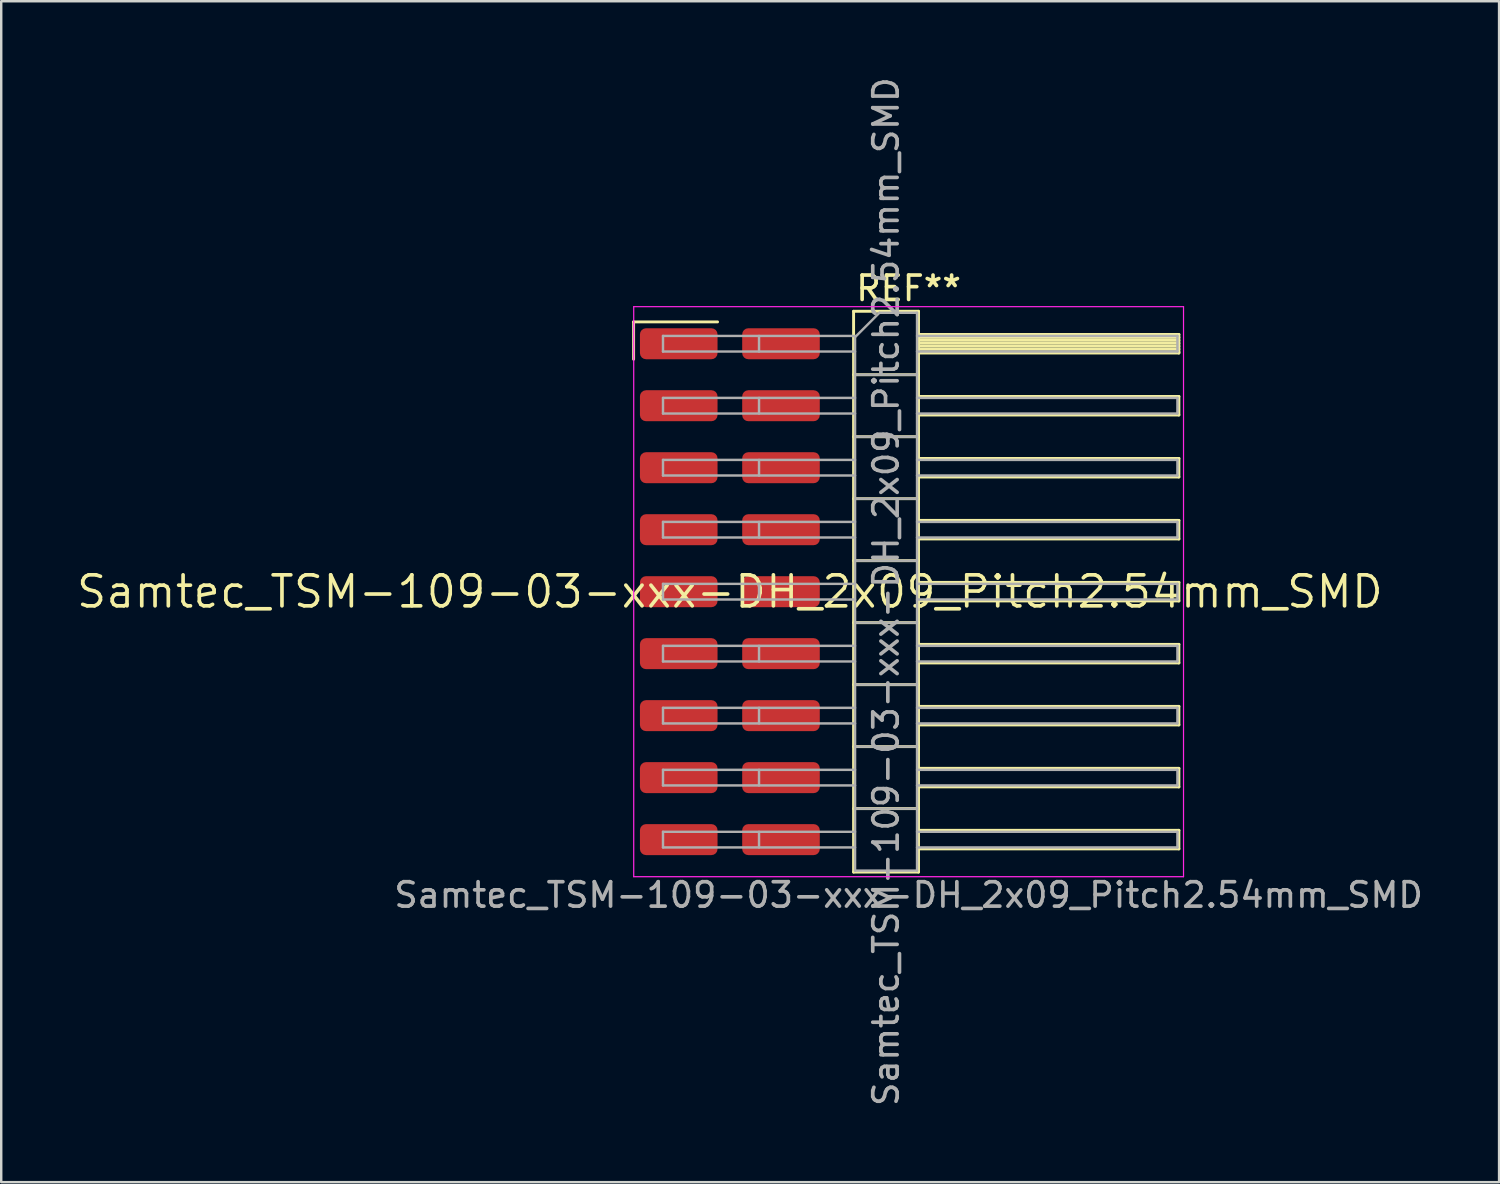
<source format=kicad_pcb>
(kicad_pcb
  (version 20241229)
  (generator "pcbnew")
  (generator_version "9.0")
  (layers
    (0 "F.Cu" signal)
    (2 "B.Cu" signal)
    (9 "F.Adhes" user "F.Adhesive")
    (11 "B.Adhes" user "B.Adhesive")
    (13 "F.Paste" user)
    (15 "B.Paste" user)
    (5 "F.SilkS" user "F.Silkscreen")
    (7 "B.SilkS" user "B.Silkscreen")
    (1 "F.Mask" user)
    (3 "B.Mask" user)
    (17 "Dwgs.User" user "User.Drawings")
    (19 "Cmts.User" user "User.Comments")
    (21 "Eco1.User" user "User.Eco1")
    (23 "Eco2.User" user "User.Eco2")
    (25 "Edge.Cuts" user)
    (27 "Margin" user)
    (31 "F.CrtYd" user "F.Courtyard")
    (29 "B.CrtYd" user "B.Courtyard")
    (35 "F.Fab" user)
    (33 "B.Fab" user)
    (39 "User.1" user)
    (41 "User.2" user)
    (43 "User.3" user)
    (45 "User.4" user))
  (footprint "Samtec_TSM-109-03-xxx-DH_2x09_Pitch2.54mm_SMD"
    (layer "F.Cu")
    (at 26.859 21.196)
    (property "Reference" "Samtec_TSM-109-03-xxx-DH_2x09_Pitch2.54mm_SMD" (at 0 0 0) (layer "F.SilkS") (effects (font (size 1.27 1.27) (thickness 0.15))))
    (attr smd)
    (fp_line (start -3.945 -11.055) (end -0.505 -11.055) (stroke (width 0.12) (type solid)) (layer "F.SilkS"))
    (fp_line (start -3.945 -9.525) (end -3.945 -11.055) (stroke (width 0.12) (type solid)) (layer "F.SilkS"))
    (fp_line (start 5.07 -11.49) (end 7.73 -11.49) (stroke (width 0.12) (type solid)) (layer "F.SilkS"))
    (fp_line (start 5.07 -8.89) (end 7.73 -8.89) (stroke (width 0.12) (type solid)) (layer "F.SilkS"))
    (fp_line (start 5.07 -6.35) (end 7.73 -6.35) (stroke (width 0.12) (type solid)) (layer "F.SilkS"))
    (fp_line (start 5.07 -3.81) (end 7.73 -3.81) (stroke (width 0.12) (type solid)) (layer "F.SilkS"))
    (fp_line (start 5.07 -1.27) (end 7.73 -1.27) (stroke (width 0.12) (type solid)) (layer "F.SilkS"))
    (fp_line (start 5.07 1.27) (end 7.73 1.27) (stroke (width 0.12) (type solid)) (layer "F.SilkS"))
    (fp_line (start 5.07 3.81) (end 7.73 3.81) (stroke (width 0.12) (type solid)) (layer "F.SilkS"))
    (fp_line (start 5.07 6.35) (end 7.73 6.35) (stroke (width 0.12) (type solid)) (layer "F.SilkS"))
    (fp_line (start 5.07 8.89) (end 7.73 8.89) (stroke (width 0.12) (type solid)) (layer "F.SilkS"))
    (fp_line (start 5.07 11.49) (end 5.07 -11.49) (stroke (width 0.12) (type solid)) (layer "F.SilkS"))
    (fp_line (start 7.73 -11.49) (end 7.73 11.49) (stroke (width 0.12) (type solid)) (layer "F.SilkS"))
    (fp_line (start 7.73 -10.54) (end 18.4 -10.54) (stroke (width 0.12) (type solid)) (layer "F.SilkS"))
    (fp_line (start 7.73 -10.42) (end 18.4 -10.42) (stroke (width 0.12) (type solid)) (layer "F.SilkS"))
    (fp_line (start 7.73 -10.3) (end 18.4 -10.3) (stroke (width 0.12) (type solid)) (layer "F.SilkS"))
    (fp_line (start 7.73 -10.18) (end 18.4 -10.18) (stroke (width 0.12) (type solid)) (layer "F.SilkS"))
    (fp_line (start 7.73 -10.06) (end 18.4 -10.06) (stroke (width 0.12) (type solid)) (layer "F.SilkS"))
    (fp_line (start 7.73 -9.94) (end 18.4 -9.94) (stroke (width 0.12) (type solid)) (layer "F.SilkS"))
    (fp_line (start 7.73 -9.82) (end 18.4 -9.82) (stroke (width 0.12) (type solid)) (layer "F.SilkS"))
    (fp_line (start 7.73 -9.78) (end 18.4 -9.78) (stroke (width 0.12) (type solid)) (layer "F.SilkS"))
    (fp_line (start 7.73 -8) (end 18.4 -8) (stroke (width 0.12) (type solid)) (layer "F.SilkS"))
    (fp_line (start 7.73 -7.24) (end 18.4 -7.24) (stroke (width 0.12) (type solid)) (layer "F.SilkS"))
    (fp_line (start 7.73 -5.46) (end 18.4 -5.46) (stroke (width 0.12) (type solid)) (layer "F.SilkS"))
    (fp_line (start 7.73 -4.7) (end 18.4 -4.7) (stroke (width 0.12) (type solid)) (layer "F.SilkS"))
    (fp_line (start 7.73 -2.92) (end 18.4 -2.92) (stroke (width 0.12) (type solid)) (layer "F.SilkS"))
    (fp_line (start 7.73 -2.16) (end 18.4 -2.16) (stroke (width 0.12) (type solid)) (layer "F.SilkS"))
    (fp_line (start 7.73 -0.38) (end 18.4 -0.38) (stroke (width 0.12) (type solid)) (layer "F.SilkS"))
    (fp_line (start 7.73 0.38) (end 18.4 0.38) (stroke (width 0.12) (type solid)) (layer "F.SilkS"))
    (fp_line (start 7.73 2.16) (end 18.4 2.16) (stroke (width 0.12) (type solid)) (layer "F.SilkS"))
    (fp_line (start 7.73 2.92) (end 18.4 2.92) (stroke (width 0.12) (type solid)) (layer "F.SilkS"))
    (fp_line (start 7.73 4.7) (end 18.4 4.7) (stroke (width 0.12) (type solid)) (layer "F.SilkS"))
    (fp_line (start 7.73 5.46) (end 18.4 5.46) (stroke (width 0.12) (type solid)) (layer "F.SilkS"))
    (fp_line (start 7.73 7.24) (end 18.4 7.24) (stroke (width 0.12) (type solid)) (layer "F.SilkS"))
    (fp_line (start 7.73 8) (end 18.4 8) (stroke (width 0.12) (type solid)) (layer "F.SilkS"))
    (fp_line (start 7.73 9.78) (end 18.4 9.78) (stroke (width 0.12) (type solid)) (layer "F.SilkS"))
    (fp_line (start 7.73 10.54) (end 18.4 10.54) (stroke (width 0.12) (type solid)) (layer "F.SilkS"))
    (fp_line (start 7.73 11.49) (end 5.07 11.49) (stroke (width 0.12) (type solid)) (layer "F.SilkS"))
    (fp_line (start 18.4 -10.54) (end 18.4 -9.78) (stroke (width 0.12) (type solid)) (layer "F.SilkS"))
    (fp_line (start 18.4 -8) (end 18.4 -7.24) (stroke (width 0.12) (type solid)) (layer "F.SilkS"))
    (fp_line (start 18.4 -5.46) (end 18.4 -4.7) (stroke (width 0.12) (type solid)) (layer "F.SilkS"))
    (fp_line (start 18.4 -2.92) (end 18.4 -2.16) (stroke (width 0.12) (type solid)) (layer "F.SilkS"))
    (fp_line (start 18.4 -0.38) (end 18.4 0.38) (stroke (width 0.12) (type solid)) (layer "F.SilkS"))
    (fp_line (start 18.4 2.16) (end 18.4 2.92) (stroke (width 0.12) (type solid)) (layer "F.SilkS"))
    (fp_line (start 18.4 4.7) (end 18.4 5.46) (stroke (width 0.12) (type solid)) (layer "F.SilkS"))
    (fp_line (start 18.4 7.24) (end 18.4 8) (stroke (width 0.12) (type solid)) (layer "F.SilkS"))
    (fp_line (start 18.4 9.78) (end 18.4 10.54) (stroke (width 0.12) (type solid)) (layer "F.SilkS"))
    (fp_line (start -3.94 -11.68) (end 18.59 -11.68) (stroke (width 0.05) (type solid)) (layer "F.CrtYd"))
    (fp_line (start -3.94 11.68) (end -3.94 -11.68) (stroke (width 0.05) (type solid)) (layer "F.CrtYd"))
    (fp_line (start 18.59 -11.68) (end 18.59 11.68) (stroke (width 0.05) (type solid)) (layer "F.CrtYd"))
    (fp_line (start 18.59 11.68) (end -3.94 11.68) (stroke (width 0.05) (type solid)) (layer "F.CrtYd"))
    (fp_line (start -2.74 -10.48) (end -2.74 -9.84) (stroke (width 0.1) (type solid)) (layer "F.Fab"))
    (fp_line (start -2.74 -10.48) (end 5.13 -10.48) (stroke (width 0.1) (type solid)) (layer "F.Fab"))
    (fp_line (start -2.74 -9.84) (end 5.13 -9.84) (stroke (width 0.1) (type solid)) (layer "F.Fab"))
    (fp_line (start -2.74 -7.94) (end -2.74 -7.3) (stroke (width 0.1) (type solid)) (layer "F.Fab"))
    (fp_line (start -2.74 -7.94) (end 5.13 -7.94) (stroke (width 0.1) (type solid)) (layer "F.Fab"))
    (fp_line (start -2.74 -7.3) (end 5.13 -7.3) (stroke (width 0.1) (type solid)) (layer "F.Fab"))
    (fp_line (start -2.74 -5.4) (end -2.74 -4.76) (stroke (width 0.1) (type solid)) (layer "F.Fab"))
    (fp_line (start -2.74 -5.4) (end 5.13 -5.4) (stroke (width 0.1) (type solid)) (layer "F.Fab"))
    (fp_line (start -2.74 -4.76) (end 5.13 -4.76) (stroke (width 0.1) (type solid)) (layer "F.Fab"))
    (fp_line (start -2.74 -2.86) (end -2.74 -2.22) (stroke (width 0.1) (type solid)) (layer "F.Fab"))
    (fp_line (start -2.74 -2.86) (end 5.13 -2.86) (stroke (width 0.1) (type solid)) (layer "F.Fab"))
    (fp_line (start -2.74 -2.22) (end 5.13 -2.22) (stroke (width 0.1) (type solid)) (layer "F.Fab"))
    (fp_line (start -2.74 -0.32) (end -2.74 0.32) (stroke (width 0.1) (type solid)) (layer "F.Fab"))
    (fp_line (start -2.74 -0.32) (end 5.13 -0.32) (stroke (width 0.1) (type solid)) (layer "F.Fab"))
    (fp_line (start -2.74 0.32) (end 5.13 0.32) (stroke (width 0.1) (type solid)) (layer "F.Fab"))
    (fp_line (start -2.74 2.22) (end -2.74 2.86) (stroke (width 0.1) (type solid)) (layer "F.Fab"))
    (fp_line (start -2.74 2.22) (end 5.13 2.22) (stroke (width 0.1) (type solid)) (layer "F.Fab"))
    (fp_line (start -2.74 2.86) (end 5.13 2.86) (stroke (width 0.1) (type solid)) (layer "F.Fab"))
    (fp_line (start -2.74 4.76) (end -2.74 5.4) (stroke (width 0.1) (type solid)) (layer "F.Fab"))
    (fp_line (start -2.74 4.76) (end 5.13 4.76) (stroke (width 0.1) (type solid)) (layer "F.Fab"))
    (fp_line (start -2.74 5.4) (end 5.13 5.4) (stroke (width 0.1) (type solid)) (layer "F.Fab"))
    (fp_line (start -2.74 7.3) (end -2.74 7.94) (stroke (width 0.1) (type solid)) (layer "F.Fab"))
    (fp_line (start -2.74 7.3) (end 5.13 7.3) (stroke (width 0.1) (type solid)) (layer "F.Fab"))
    (fp_line (start -2.74 7.94) (end 5.13 7.94) (stroke (width 0.1) (type solid)) (layer "F.Fab"))
    (fp_line (start -2.74 9.84) (end -2.74 10.48) (stroke (width 0.1) (type solid)) (layer "F.Fab"))
    (fp_line (start -2.74 9.84) (end 5.13 9.84) (stroke (width 0.1) (type solid)) (layer "F.Fab"))
    (fp_line (start -2.74 10.48) (end 5.13 10.48) (stroke (width 0.1) (type solid)) (layer "F.Fab"))
    (fp_line (start 1.195 -10.48) (end 1.195 -9.84) (stroke (width 0.1) (type solid)) (layer "F.Fab"))
    (fp_line (start 1.195 -7.94) (end 1.195 -7.3) (stroke (width 0.1) (type solid)) (layer "F.Fab"))
    (fp_line (start 1.195 -5.4) (end 1.195 -4.76) (stroke (width 0.1) (type solid)) (layer "F.Fab"))
    (fp_line (start 1.195 -2.86) (end 1.195 -2.22) (stroke (width 0.1) (type solid)) (layer "F.Fab"))
    (fp_line (start 1.195 -0.32) (end 1.195 0.32) (stroke (width 0.1) (type solid)) (layer "F.Fab"))
    (fp_line (start 1.195 2.22) (end 1.195 2.86) (stroke (width 0.1) (type solid)) (layer "F.Fab"))
    (fp_line (start 1.195 4.76) (end 1.195 5.4) (stroke (width 0.1) (type solid)) (layer "F.Fab"))
    (fp_line (start 1.195 7.3) (end 1.195 7.94) (stroke (width 0.1) (type solid)) (layer "F.Fab"))
    (fp_line (start 1.195 9.84) (end 1.195 10.48) (stroke (width 0.1) (type solid)) (layer "F.Fab"))
    (fp_line (start 5.13 -10.43) (end 6.13 -11.43) (stroke (width 0.1) (type solid)) (layer "F.Fab"))
    (fp_line (start 5.13 -8.89) (end 7.67 -8.89) (stroke (width 0.1) (type solid)) (layer "F.Fab"))
    (fp_line (start 5.13 -6.35) (end 7.67 -6.35) (stroke (width 0.1) (type solid)) (layer "F.Fab"))
    (fp_line (start 5.13 -3.81) (end 7.67 -3.81) (stroke (width 0.1) (type solid)) (layer "F.Fab"))
    (fp_line (start 5.13 -1.27) (end 7.67 -1.27) (stroke (width 0.1) (type solid)) (layer "F.Fab"))
    (fp_line (start 5.13 1.27) (end 7.67 1.27) (stroke (width 0.1) (type solid)) (layer "F.Fab"))
    (fp_line (start 5.13 3.81) (end 7.67 3.81) (stroke (width 0.1) (type solid)) (layer "F.Fab"))
    (fp_line (start 5.13 6.35) (end 7.67 6.35) (stroke (width 0.1) (type solid)) (layer "F.Fab"))
    (fp_line (start 5.13 8.89) (end 7.67 8.89) (stroke (width 0.1) (type solid)) (layer "F.Fab"))
    (fp_line (start 5.13 11.43) (end 5.13 -10.43) (stroke (width 0.1) (type solid)) (layer "F.Fab"))
    (fp_line (start 6.13 -11.43) (end 7.67 -11.43) (stroke (width 0.1) (type solid)) (layer "F.Fab"))
    (fp_line (start 7.67 -11.43) (end 7.67 11.43) (stroke (width 0.1) (type solid)) (layer "F.Fab"))
    (fp_line (start 7.67 -10.48) (end 18.34 -10.48) (stroke (width 0.1) (type solid)) (layer "F.Fab"))
    (fp_line (start 7.67 -9.84) (end 18.34 -9.84) (stroke (width 0.1) (type solid)) (layer "F.Fab"))
    (fp_line (start 7.67 -7.94) (end 18.34 -7.94) (stroke (width 0.1) (type solid)) (layer "F.Fab"))
    (fp_line (start 7.67 -7.3) (end 18.34 -7.3) (stroke (width 0.1) (type solid)) (layer "F.Fab"))
    (fp_line (start 7.67 -5.4) (end 18.34 -5.4) (stroke (width 0.1) (type solid)) (layer "F.Fab"))
    (fp_line (start 7.67 -4.76) (end 18.34 -4.76) (stroke (width 0.1) (type solid)) (layer "F.Fab"))
    (fp_line (start 7.67 -2.86) (end 18.34 -2.86) (stroke (width 0.1) (type solid)) (layer "F.Fab"))
    (fp_line (start 7.67 -2.22) (end 18.34 -2.22) (stroke (width 0.1) (type solid)) (layer "F.Fab"))
    (fp_line (start 7.67 -0.32) (end 18.34 -0.32) (stroke (width 0.1) (type solid)) (layer "F.Fab"))
    (fp_line (start 7.67 0.32) (end 18.34 0.32) (stroke (width 0.1) (type solid)) (layer "F.Fab"))
    (fp_line (start 7.67 2.22) (end 18.34 2.22) (stroke (width 0.1) (type solid)) (layer "F.Fab"))
    (fp_line (start 7.67 2.86) (end 18.34 2.86) (stroke (width 0.1) (type solid)) (layer "F.Fab"))
    (fp_line (start 7.67 4.76) (end 18.34 4.76) (stroke (width 0.1) (type solid)) (layer "F.Fab"))
    (fp_line (start 7.67 5.4) (end 18.34 5.4) (stroke (width 0.1) (type solid)) (layer "F.Fab"))
    (fp_line (start 7.67 7.3) (end 18.34 7.3) (stroke (width 0.1) (type solid)) (layer "F.Fab"))
    (fp_line (start 7.67 7.94) (end 18.34 7.94) (stroke (width 0.1) (type solid)) (layer "F.Fab"))
    (fp_line (start 7.67 9.84) (end 18.34 9.84) (stroke (width 0.1) (type solid)) (layer "F.Fab"))
    (fp_line (start 7.67 10.48) (end 18.34 10.48) (stroke (width 0.1) (type solid)) (layer "F.Fab"))
    (fp_line (start 7.67 11.43) (end 5.13 11.43) (stroke (width 0.1) (type solid)) (layer "F.Fab"))
    (fp_line (start 18.34 -10.48) (end 18.34 -9.84) (stroke (width 0.1) (type solid)) (layer "F.Fab"))
    (fp_line (start 18.34 -7.94) (end 18.34 -7.3) (stroke (width 0.1) (type solid)) (layer "F.Fab"))
    (fp_line (start 18.34 -5.4) (end 18.34 -4.76) (stroke (width 0.1) (type solid)) (layer "F.Fab"))
    (fp_line (start 18.34 -2.86) (end 18.34 -2.22) (stroke (width 0.1) (type solid)) (layer "F.Fab"))
    (fp_line (start 18.34 -0.32) (end 18.34 0.32) (stroke (width 0.1) (type solid)) (layer "F.Fab"))
    (fp_line (start 18.34 2.22) (end 18.34 2.86) (stroke (width 0.1) (type solid)) (layer "F.Fab"))
    (fp_line (start 18.34 4.76) (end 18.34 5.4) (stroke (width 0.1) (type solid)) (layer "F.Fab"))
    (fp_line (start 18.34 7.3) (end 18.34 7.94) (stroke (width 0.1) (type solid)) (layer "F.Fab"))
    (fp_line (start 18.34 9.84) (end 18.34 10.48) (stroke (width 0.1) (type solid)) (layer "F.Fab"))
    (fp_text user "REF**" (at 7.325 -12.43 0) (layer "F.SilkS") (effects (font (size 1 1) (thickness 0.15))))
    (fp_text user "Samtec_TSM-109-03-xxx-DH_2x09_Pitch2.54mm_SMD" (at 7.325 12.43 0) (layer "F.Fab") (effects (font (size 1 1) (thickness 0.15))))
    (fp_text user "${REFERENCE}" (at 6.4 0 90) (layer "F.Fab") (effects (font (size 1 1) (thickness 0.15))))
    (pad "1" smd roundrect (at -2.095 -10.16) (size 3.18 1.27) (layers "F.Cu" "F.Mask" "F.Paste") (roundrect_rratio 0.197))
    (pad "2" smd roundrect (at 2.095 -10.16) (size 3.18 1.27) (layers "F.Cu" "F.Mask" "F.Paste") (roundrect_rratio 0.197))
    (pad "3" smd roundrect (at -2.095 -7.62) (size 3.18 1.27) (layers "F.Cu" "F.Mask" "F.Paste") (roundrect_rratio 0.197))
    (pad "4" smd roundrect (at 2.095 -7.62) (size 3.18 1.27) (layers "F.Cu" "F.Mask" "F.Paste") (roundrect_rratio 0.197))
    (pad "5" smd roundrect (at -2.095 -5.08) (size 3.18 1.27) (layers "F.Cu" "F.Mask" "F.Paste") (roundrect_rratio 0.197))
    (pad "6" smd roundrect (at 2.095 -5.08) (size 3.18 1.27) (layers "F.Cu" "F.Mask" "F.Paste") (roundrect_rratio 0.197))
    (pad "7" smd roundrect (at -2.095 -2.54) (size 3.18 1.27) (layers "F.Cu" "F.Mask" "F.Paste") (roundrect_rratio 0.197))
    (pad "8" smd roundrect (at 2.095 -2.54) (size 3.18 1.27) (layers "F.Cu" "F.Mask" "F.Paste") (roundrect_rratio 0.197))
    (pad "9" smd roundrect (at -2.095 0) (size 3.18 1.27) (layers "F.Cu" "F.Mask" "F.Paste") (roundrect_rratio 0.197))
    (pad "10" smd roundrect (at 2.095 0) (size 3.18 1.27) (layers "F.Cu" "F.Mask" "F.Paste") (roundrect_rratio 0.197))
    (pad "11" smd roundrect (at -2.095 2.54) (size 3.18 1.27) (layers "F.Cu" "F.Mask" "F.Paste") (roundrect_rratio 0.197))
    (pad "12" smd roundrect (at 2.095 2.54) (size 3.18 1.27) (layers "F.Cu" "F.Mask" "F.Paste") (roundrect_rratio 0.197))
    (pad "13" smd roundrect (at -2.095 5.08) (size 3.18 1.27) (layers "F.Cu" "F.Mask" "F.Paste") (roundrect_rratio 0.197))
    (pad "14" smd roundrect (at 2.095 5.08) (size 3.18 1.27) (layers "F.Cu" "F.Mask" "F.Paste") (roundrect_rratio 0.197))
    (pad "15" smd roundrect (at -2.095 7.62) (size 3.18 1.27) (layers "F.Cu" "F.Mask" "F.Paste") (roundrect_rratio 0.197))
    (pad "16" smd roundrect (at 2.095 7.62) (size 3.18 1.27) (layers "F.Cu" "F.Mask" "F.Paste") (roundrect_rratio 0.197))
    (pad "17" smd roundrect (at -2.095 10.16) (size 3.18 1.27) (layers "F.Cu" "F.Mask" "F.Paste") (roundrect_rratio 0.197))
    (pad "18" smd roundrect (at 2.095 10.16) (size 3.18 1.27) (layers "F.Cu" "F.Mask" "F.Paste") (roundrect_rratio 0.197)))
  (gr_rect
    (start -3 -3)
    (end 58.38 45.393)
    (stroke (width 0.1) (type default))
    (fill no)
    (layer "Edge.Cuts")))
</source>
